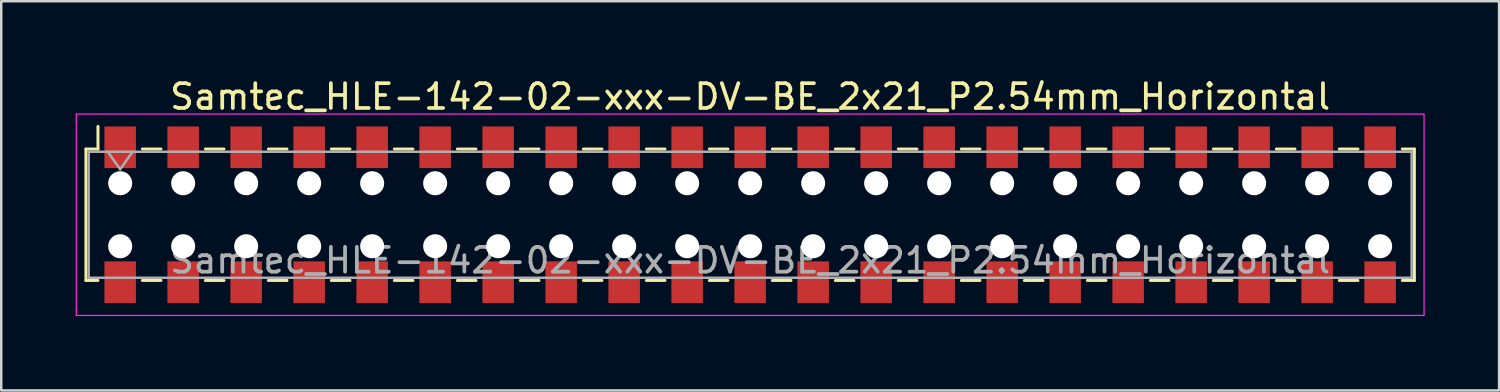
<source format=kicad_pcb>
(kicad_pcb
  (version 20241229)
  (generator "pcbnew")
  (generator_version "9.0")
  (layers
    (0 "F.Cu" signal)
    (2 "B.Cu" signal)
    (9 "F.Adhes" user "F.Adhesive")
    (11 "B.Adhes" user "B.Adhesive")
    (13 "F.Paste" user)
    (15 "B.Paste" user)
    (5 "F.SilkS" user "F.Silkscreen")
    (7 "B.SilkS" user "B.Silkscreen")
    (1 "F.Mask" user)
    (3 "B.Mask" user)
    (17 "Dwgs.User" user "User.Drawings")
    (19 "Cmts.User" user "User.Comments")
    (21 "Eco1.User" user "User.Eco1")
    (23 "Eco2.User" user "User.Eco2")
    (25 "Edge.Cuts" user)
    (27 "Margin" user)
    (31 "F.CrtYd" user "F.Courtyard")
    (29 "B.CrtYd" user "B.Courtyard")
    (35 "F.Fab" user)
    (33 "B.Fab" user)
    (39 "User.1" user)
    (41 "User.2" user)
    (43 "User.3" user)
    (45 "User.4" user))
  (footprint "Samtec_HLE-142-02-xxx-DV-BE_2x21_P2.54mm_Horizontal"
    (layer "F.Cu")
    (at 27.195 5.608)
    (property "Reference" "Samtec_HLE-142-02-xxx-DV-BE_2x21_P2.54mm_Horizontal" (at 0 -4.76 0) (layer "F.SilkS") (effects (font (size 1 1) (thickness 0.15))))
    (attr smd)
    (fp_line (start -26.78 -2.65) (end -26.78 2.65) (stroke (width 0.12) (type solid)) (layer "F.SilkS"))
    (fp_line (start -26.78 2.65) (end -26.295 2.65) (stroke (width 0.12) (type solid)) (layer "F.SilkS"))
    (fp_line (start -26.295 -3.56) (end -26.295 -2.65) (stroke (width 0.12) (type solid)) (layer "F.SilkS"))
    (fp_line (start -26.295 -2.65) (end -26.78 -2.65) (stroke (width 0.12) (type solid)) (layer "F.SilkS"))
    (fp_line (start -24.505 -2.65) (end -23.755 -2.65) (stroke (width 0.12) (type solid)) (layer "F.SilkS"))
    (fp_line (start -24.505 2.65) (end -23.755 2.65) (stroke (width 0.12) (type solid)) (layer "F.SilkS"))
    (fp_line (start -21.965 -2.65) (end -21.215 -2.65) (stroke (width 0.12) (type solid)) (layer "F.SilkS"))
    (fp_line (start -21.965 2.65) (end -21.215 2.65) (stroke (width 0.12) (type solid)) (layer "F.SilkS"))
    (fp_line (start -19.425 -2.65) (end -18.675 -2.65) (stroke (width 0.12) (type solid)) (layer "F.SilkS"))
    (fp_line (start -19.425 2.65) (end -18.675 2.65) (stroke (width 0.12) (type solid)) (layer "F.SilkS"))
    (fp_line (start -16.885 -2.65) (end -16.135 -2.65) (stroke (width 0.12) (type solid)) (layer "F.SilkS"))
    (fp_line (start -16.885 2.65) (end -16.135 2.65) (stroke (width 0.12) (type solid)) (layer "F.SilkS"))
    (fp_line (start -14.345 -2.65) (end -13.595 -2.65) (stroke (width 0.12) (type solid)) (layer "F.SilkS"))
    (fp_line (start -14.345 2.65) (end -13.595 2.65) (stroke (width 0.12) (type solid)) (layer "F.SilkS"))
    (fp_line (start -11.805 -2.65) (end -11.055 -2.65) (stroke (width 0.12) (type solid)) (layer "F.SilkS"))
    (fp_line (start -11.805 2.65) (end -11.055 2.65) (stroke (width 0.12) (type solid)) (layer "F.SilkS"))
    (fp_line (start -9.265 -2.65) (end -8.515 -2.65) (stroke (width 0.12) (type solid)) (layer "F.SilkS"))
    (fp_line (start -9.265 2.65) (end -8.515 2.65) (stroke (width 0.12) (type solid)) (layer "F.SilkS"))
    (fp_line (start -6.725 -2.65) (end -5.975 -2.65) (stroke (width 0.12) (type solid)) (layer "F.SilkS"))
    (fp_line (start -6.725 2.65) (end -5.975 2.65) (stroke (width 0.12) (type solid)) (layer "F.SilkS"))
    (fp_line (start -4.185 -2.65) (end -3.435 -2.65) (stroke (width 0.12) (type solid)) (layer "F.SilkS"))
    (fp_line (start -4.185 2.65) (end -3.435 2.65) (stroke (width 0.12) (type solid)) (layer "F.SilkS"))
    (fp_line (start -1.645 -2.65) (end -0.895 -2.65) (stroke (width 0.12) (type solid)) (layer "F.SilkS"))
    (fp_line (start -1.645 2.65) (end -0.895 2.65) (stroke (width 0.12) (type solid)) (layer "F.SilkS"))
    (fp_line (start 0.895 -2.65) (end 1.645 -2.65) (stroke (width 0.12) (type solid)) (layer "F.SilkS"))
    (fp_line (start 0.895 2.65) (end 1.645 2.65) (stroke (width 0.12) (type solid)) (layer "F.SilkS"))
    (fp_line (start 3.435 -2.65) (end 4.185 -2.65) (stroke (width 0.12) (type solid)) (layer "F.SilkS"))
    (fp_line (start 3.435 2.65) (end 4.185 2.65) (stroke (width 0.12) (type solid)) (layer "F.SilkS"))
    (fp_line (start 5.975 -2.65) (end 6.725 -2.65) (stroke (width 0.12) (type solid)) (layer "F.SilkS"))
    (fp_line (start 5.975 2.65) (end 6.725 2.65) (stroke (width 0.12) (type solid)) (layer "F.SilkS"))
    (fp_line (start 8.515 -2.65) (end 9.265 -2.65) (stroke (width 0.12) (type solid)) (layer "F.SilkS"))
    (fp_line (start 8.515 2.65) (end 9.265 2.65) (stroke (width 0.12) (type solid)) (layer "F.SilkS"))
    (fp_line (start 11.055 -2.65) (end 11.805 -2.65) (stroke (width 0.12) (type solid)) (layer "F.SilkS"))
    (fp_line (start 11.055 2.65) (end 11.805 2.65) (stroke (width 0.12) (type solid)) (layer "F.SilkS"))
    (fp_line (start 13.595 -2.65) (end 14.345 -2.65) (stroke (width 0.12) (type solid)) (layer "F.SilkS"))
    (fp_line (start 13.595 2.65) (end 14.345 2.65) (stroke (width 0.12) (type solid)) (layer "F.SilkS"))
    (fp_line (start 16.135 -2.65) (end 16.885 -2.65) (stroke (width 0.12) (type solid)) (layer "F.SilkS"))
    (fp_line (start 16.135 2.65) (end 16.885 2.65) (stroke (width 0.12) (type solid)) (layer "F.SilkS"))
    (fp_line (start 18.675 -2.65) (end 19.425 -2.65) (stroke (width 0.12) (type solid)) (layer "F.SilkS"))
    (fp_line (start 18.675 2.65) (end 19.425 2.65) (stroke (width 0.12) (type solid)) (layer "F.SilkS"))
    (fp_line (start 21.215 -2.65) (end 21.965 -2.65) (stroke (width 0.12) (type solid)) (layer "F.SilkS"))
    (fp_line (start 21.215 2.65) (end 21.965 2.65) (stroke (width 0.12) (type solid)) (layer "F.SilkS"))
    (fp_line (start 23.755 -2.65) (end 24.505 -2.65) (stroke (width 0.12) (type solid)) (layer "F.SilkS"))
    (fp_line (start 23.755 2.65) (end 24.505 2.65) (stroke (width 0.12) (type solid)) (layer "F.SilkS"))
    (fp_line (start 26.295 -2.65) (end 26.78 -2.65) (stroke (width 0.12) (type solid)) (layer "F.SilkS"))
    (fp_line (start 26.78 -2.65) (end 26.78 2.65) (stroke (width 0.12) (type solid)) (layer "F.SilkS"))
    (fp_line (start 26.78 2.65) (end 26.295 2.65) (stroke (width 0.12) (type solid)) (layer "F.SilkS"))
    (fp_line (start -27.17 -4.06) (end 27.17 -4.06) (stroke (width 0.05) (type solid)) (layer "F.CrtYd"))
    (fp_line (start -27.17 4.06) (end -27.17 -4.06) (stroke (width 0.05) (type solid)) (layer "F.CrtYd"))
    (fp_line (start 27.17 -4.06) (end 27.17 4.06) (stroke (width 0.05) (type solid)) (layer "F.CrtYd"))
    (fp_line (start 27.17 4.06) (end -27.17 4.06) (stroke (width 0.05) (type solid)) (layer "F.CrtYd"))
    (fp_line (start -26.67 -2.54) (end 26.67 -2.54) (stroke (width 0.1) (type solid)) (layer "F.Fab"))
    (fp_line (start -26.67 2.54) (end -26.67 -2.54) (stroke (width 0.1) (type solid)) (layer "F.Fab"))
    (fp_line (start -25.9 -2.54) (end -25.4 -1.833) (stroke (width 0.1) (type solid)) (layer "F.Fab"))
    (fp_line (start -25.4 -1.833) (end -24.9 -2.54) (stroke (width 0.1) (type solid)) (layer "F.Fab"))
    (fp_line (start 26.67 -2.54) (end 26.67 2.54) (stroke (width 0.1) (type solid)) (layer "F.Fab"))
    (fp_line (start 26.67 2.54) (end -26.67 2.54) (stroke (width 0.1) (type solid)) (layer "F.Fab"))
    (fp_text user "${REFERENCE}" (at 0 1.84 0) (layer "F.Fab") (effects (font (size 1 1) (thickness 0.15))))
    (pad "" np_thru_hole circle (at -25.4 -1.27) (size 0.97 0.97) (drill 0.97) (layers "*.Cu" "*.Mask"))
    (pad "" np_thru_hole circle (at -25.4 1.27) (size 0.97 0.97) (drill 0.97) (layers "*.Cu" "*.Mask"))
    (pad "" np_thru_hole circle (at -22.86 -1.27) (size 0.97 0.97) (drill 0.97) (layers "*.Cu" "*.Mask"))
    (pad "" np_thru_hole circle (at -22.86 1.27) (size 0.97 0.97) (drill 0.97) (layers "*.Cu" "*.Mask"))
    (pad "" np_thru_hole circle (at -20.32 -1.27) (size 0.97 0.97) (drill 0.97) (layers "*.Cu" "*.Mask"))
    (pad "" np_thru_hole circle (at -20.32 1.27) (size 0.97 0.97) (drill 0.97) (layers "*.Cu" "*.Mask"))
    (pad "" np_thru_hole circle (at -17.78 -1.27) (size 0.97 0.97) (drill 0.97) (layers "*.Cu" "*.Mask"))
    (pad "" np_thru_hole circle (at -17.78 1.27) (size 0.97 0.97) (drill 0.97) (layers "*.Cu" "*.Mask"))
    (pad "" np_thru_hole circle (at -15.24 -1.27) (size 0.97 0.97) (drill 0.97) (layers "*.Cu" "*.Mask"))
    (pad "" np_thru_hole circle (at -15.24 1.27) (size 0.97 0.97) (drill 0.97) (layers "*.Cu" "*.Mask"))
    (pad "" np_thru_hole circle (at -12.7 -1.27) (size 0.97 0.97) (drill 0.97) (layers "*.Cu" "*.Mask"))
    (pad "" np_thru_hole circle (at -12.7 1.27) (size 0.97 0.97) (drill 0.97) (layers "*.Cu" "*.Mask"))
    (pad "" np_thru_hole circle (at -10.16 -1.27) (size 0.97 0.97) (drill 0.97) (layers "*.Cu" "*.Mask"))
    (pad "" np_thru_hole circle (at -10.16 1.27) (size 0.97 0.97) (drill 0.97) (layers "*.Cu" "*.Mask"))
    (pad "" np_thru_hole circle (at -7.62 -1.27) (size 0.97 0.97) (drill 0.97) (layers "*.Cu" "*.Mask"))
    (pad "" np_thru_hole circle (at -7.62 1.27) (size 0.97 0.97) (drill 0.97) (layers "*.Cu" "*.Mask"))
    (pad "" np_thru_hole circle (at -5.08 -1.27) (size 0.97 0.97) (drill 0.97) (layers "*.Cu" "*.Mask"))
    (pad "" np_thru_hole circle (at -5.08 1.27) (size 0.97 0.97) (drill 0.97) (layers "*.Cu" "*.Mask"))
    (pad "" np_thru_hole circle (at -2.54 -1.27) (size 0.97 0.97) (drill 0.97) (layers "*.Cu" "*.Mask"))
    (pad "" np_thru_hole circle (at -2.54 1.27) (size 0.97 0.97) (drill 0.97) (layers "*.Cu" "*.Mask"))
    (pad "" np_thru_hole circle (at 0 -1.27) (size 0.97 0.97) (drill 0.97) (layers "*.Cu" "*.Mask"))
    (pad "" np_thru_hole circle (at 0 1.27) (size 0.97 0.97) (drill 0.97) (layers "*.Cu" "*.Mask"))
    (pad "" np_thru_hole circle (at 2.54 -1.27) (size 0.97 0.97) (drill 0.97) (layers "*.Cu" "*.Mask"))
    (pad "" np_thru_hole circle (at 2.54 1.27) (size 0.97 0.97) (drill 0.97) (layers "*.Cu" "*.Mask"))
    (pad "" np_thru_hole circle (at 5.08 -1.27) (size 0.97 0.97) (drill 0.97) (layers "*.Cu" "*.Mask"))
    (pad "" np_thru_hole circle (at 5.08 1.27) (size 0.97 0.97) (drill 0.97) (layers "*.Cu" "*.Mask"))
    (pad "" np_thru_hole circle (at 7.62 -1.27) (size 0.97 0.97) (drill 0.97) (layers "*.Cu" "*.Mask"))
    (pad "" np_thru_hole circle (at 7.62 1.27) (size 0.97 0.97) (drill 0.97) (layers "*.Cu" "*.Mask"))
    (pad "" np_thru_hole circle (at 10.16 -1.27) (size 0.97 0.97) (drill 0.97) (layers "*.Cu" "*.Mask"))
    (pad "" np_thru_hole circle (at 10.16 1.27) (size 0.97 0.97) (drill 0.97) (layers "*.Cu" "*.Mask"))
    (pad "" np_thru_hole circle (at 12.7 -1.27) (size 0.97 0.97) (drill 0.97) (layers "*.Cu" "*.Mask"))
    (pad "" np_thru_hole circle (at 12.7 1.27) (size 0.97 0.97) (drill 0.97) (layers "*.Cu" "*.Mask"))
    (pad "" np_thru_hole circle (at 15.24 -1.27) (size 0.97 0.97) (drill 0.97) (layers "*.Cu" "*.Mask"))
    (pad "" np_thru_hole circle (at 15.24 1.27) (size 0.97 0.97) (drill 0.97) (layers "*.Cu" "*.Mask"))
    (pad "" np_thru_hole circle (at 17.78 -1.27) (size 0.97 0.97) (drill 0.97) (layers "*.Cu" "*.Mask"))
    (pad "" np_thru_hole circle (at 17.78 1.27) (size 0.97 0.97) (drill 0.97) (layers "*.Cu" "*.Mask"))
    (pad "" np_thru_hole circle (at 20.32 -1.27) (size 0.97 0.97) (drill 0.97) (layers "*.Cu" "*.Mask"))
    (pad "" np_thru_hole circle (at 20.32 1.27) (size 0.97 0.97) (drill 0.97) (layers "*.Cu" "*.Mask"))
    (pad "" np_thru_hole circle (at 22.86 -1.27) (size 0.97 0.97) (drill 0.97) (layers "*.Cu" "*.Mask"))
    (pad "" np_thru_hole circle (at 22.86 1.27) (size 0.97 0.97) (drill 0.97) (layers "*.Cu" "*.Mask"))
    (pad "" np_thru_hole circle (at 25.4 -1.27) (size 0.97 0.97) (drill 0.97) (layers "*.Cu" "*.Mask"))
    (pad "" np_thru_hole circle (at 25.4 1.27) (size 0.97 0.97) (drill 0.97) (layers "*.Cu" "*.Mask"))
    (pad "1" smd rect (at -25.4 -2.72) (size 1.27 1.68) (layers "F.Cu" "F.Mask" "F.Paste"))
    (pad "2" smd rect (at -25.4 2.72) (size 1.27 1.68) (layers "F.Cu" "F.Mask" "F.Paste"))
    (pad "3" smd rect (at -22.86 -2.72) (size 1.27 1.68) (layers "F.Cu" "F.Mask" "F.Paste"))
    (pad "4" smd rect (at -22.86 2.72) (size 1.27 1.68) (layers "F.Cu" "F.Mask" "F.Paste"))
    (pad "5" smd rect (at -20.32 -2.72) (size 1.27 1.68) (layers "F.Cu" "F.Mask" "F.Paste"))
    (pad "6" smd rect (at -20.32 2.72) (size 1.27 1.68) (layers "F.Cu" "F.Mask" "F.Paste"))
    (pad "7" smd rect (at -17.78 -2.72) (size 1.27 1.68) (layers "F.Cu" "F.Mask" "F.Paste"))
    (pad "8" smd rect (at -17.78 2.72) (size 1.27 1.68) (layers "F.Cu" "F.Mask" "F.Paste"))
    (pad "9" smd rect (at -15.24 -2.72) (size 1.27 1.68) (layers "F.Cu" "F.Mask" "F.Paste"))
    (pad "10" smd rect (at -15.24 2.72) (size 1.27 1.68) (layers "F.Cu" "F.Mask" "F.Paste"))
    (pad "11" smd rect (at -12.7 -2.72) (size 1.27 1.68) (layers "F.Cu" "F.Mask" "F.Paste"))
    (pad "12" smd rect (at -12.7 2.72) (size 1.27 1.68) (layers "F.Cu" "F.Mask" "F.Paste"))
    (pad "13" smd rect (at -10.16 -2.72) (size 1.27 1.68) (layers "F.Cu" "F.Mask" "F.Paste"))
    (pad "14" smd rect (at -10.16 2.72) (size 1.27 1.68) (layers "F.Cu" "F.Mask" "F.Paste"))
    (pad "15" smd rect (at -7.62 -2.72) (size 1.27 1.68) (layers "F.Cu" "F.Mask" "F.Paste"))
    (pad "16" smd rect (at -7.62 2.72) (size 1.27 1.68) (layers "F.Cu" "F.Mask" "F.Paste"))
    (pad "17" smd rect (at -5.08 -2.72) (size 1.27 1.68) (layers "F.Cu" "F.Mask" "F.Paste"))
    (pad "18" smd rect (at -5.08 2.72) (size 1.27 1.68) (layers "F.Cu" "F.Mask" "F.Paste"))
    (pad "19" smd rect (at -2.54 -2.72) (size 1.27 1.68) (layers "F.Cu" "F.Mask" "F.Paste"))
    (pad "20" smd rect (at -2.54 2.72) (size 1.27 1.68) (layers "F.Cu" "F.Mask" "F.Paste"))
    (pad "21" smd rect (at 0 -2.72) (size 1.27 1.68) (layers "F.Cu" "F.Mask" "F.Paste"))
    (pad "22" smd rect (at 0 2.72) (size 1.27 1.68) (layers "F.Cu" "F.Mask" "F.Paste"))
    (pad "23" smd rect (at 2.54 -2.72) (size 1.27 1.68) (layers "F.Cu" "F.Mask" "F.Paste"))
    (pad "24" smd rect (at 2.54 2.72) (size 1.27 1.68) (layers "F.Cu" "F.Mask" "F.Paste"))
    (pad "25" smd rect (at 5.08 -2.72) (size 1.27 1.68) (layers "F.Cu" "F.Mask" "F.Paste"))
    (pad "26" smd rect (at 5.08 2.72) (size 1.27 1.68) (layers "F.Cu" "F.Mask" "F.Paste"))
    (pad "27" smd rect (at 7.62 -2.72) (size 1.27 1.68) (layers "F.Cu" "F.Mask" "F.Paste"))
    (pad "28" smd rect (at 7.62 2.72) (size 1.27 1.68) (layers "F.Cu" "F.Mask" "F.Paste"))
    (pad "29" smd rect (at 10.16 -2.72) (size 1.27 1.68) (layers "F.Cu" "F.Mask" "F.Paste"))
    (pad "30" smd rect (at 10.16 2.72) (size 1.27 1.68) (layers "F.Cu" "F.Mask" "F.Paste"))
    (pad "31" smd rect (at 12.7 -2.72) (size 1.27 1.68) (layers "F.Cu" "F.Mask" "F.Paste"))
    (pad "32" smd rect (at 12.7 2.72) (size 1.27 1.68) (layers "F.Cu" "F.Mask" "F.Paste"))
    (pad "33" smd rect (at 15.24 -2.72) (size 1.27 1.68) (layers "F.Cu" "F.Mask" "F.Paste"))
    (pad "34" smd rect (at 15.24 2.72) (size 1.27 1.68) (layers "F.Cu" "F.Mask" "F.Paste"))
    (pad "35" smd rect (at 17.78 -2.72) (size 1.27 1.68) (layers "F.Cu" "F.Mask" "F.Paste"))
    (pad "36" smd rect (at 17.78 2.72) (size 1.27 1.68) (layers "F.Cu" "F.Mask" "F.Paste"))
    (pad "37" smd rect (at 20.32 -2.72) (size 1.27 1.68) (layers "F.Cu" "F.Mask" "F.Paste"))
    (pad "38" smd rect (at 20.32 2.72) (size 1.27 1.68) (layers "F.Cu" "F.Mask" "F.Paste"))
    (pad "39" smd rect (at 22.86 -2.72) (size 1.27 1.68) (layers "F.Cu" "F.Mask" "F.Paste"))
    (pad "40" smd rect (at 22.86 2.72) (size 1.27 1.68) (layers "F.Cu" "F.Mask" "F.Paste"))
    (pad "41" smd rect (at 25.4 -2.72) (size 1.27 1.68) (layers "F.Cu" "F.Mask" "F.Paste"))
    (pad "42" smd rect (at 25.4 2.72) (size 1.27 1.68) (layers "F.Cu" "F.Mask" "F.Paste")))
  (gr_rect
    (start -3 -3)
    (end 57.39 12.693)
    (stroke (width 0.1) (type default))
    (fill no)
    (layer "Edge.Cuts")))
</source>
